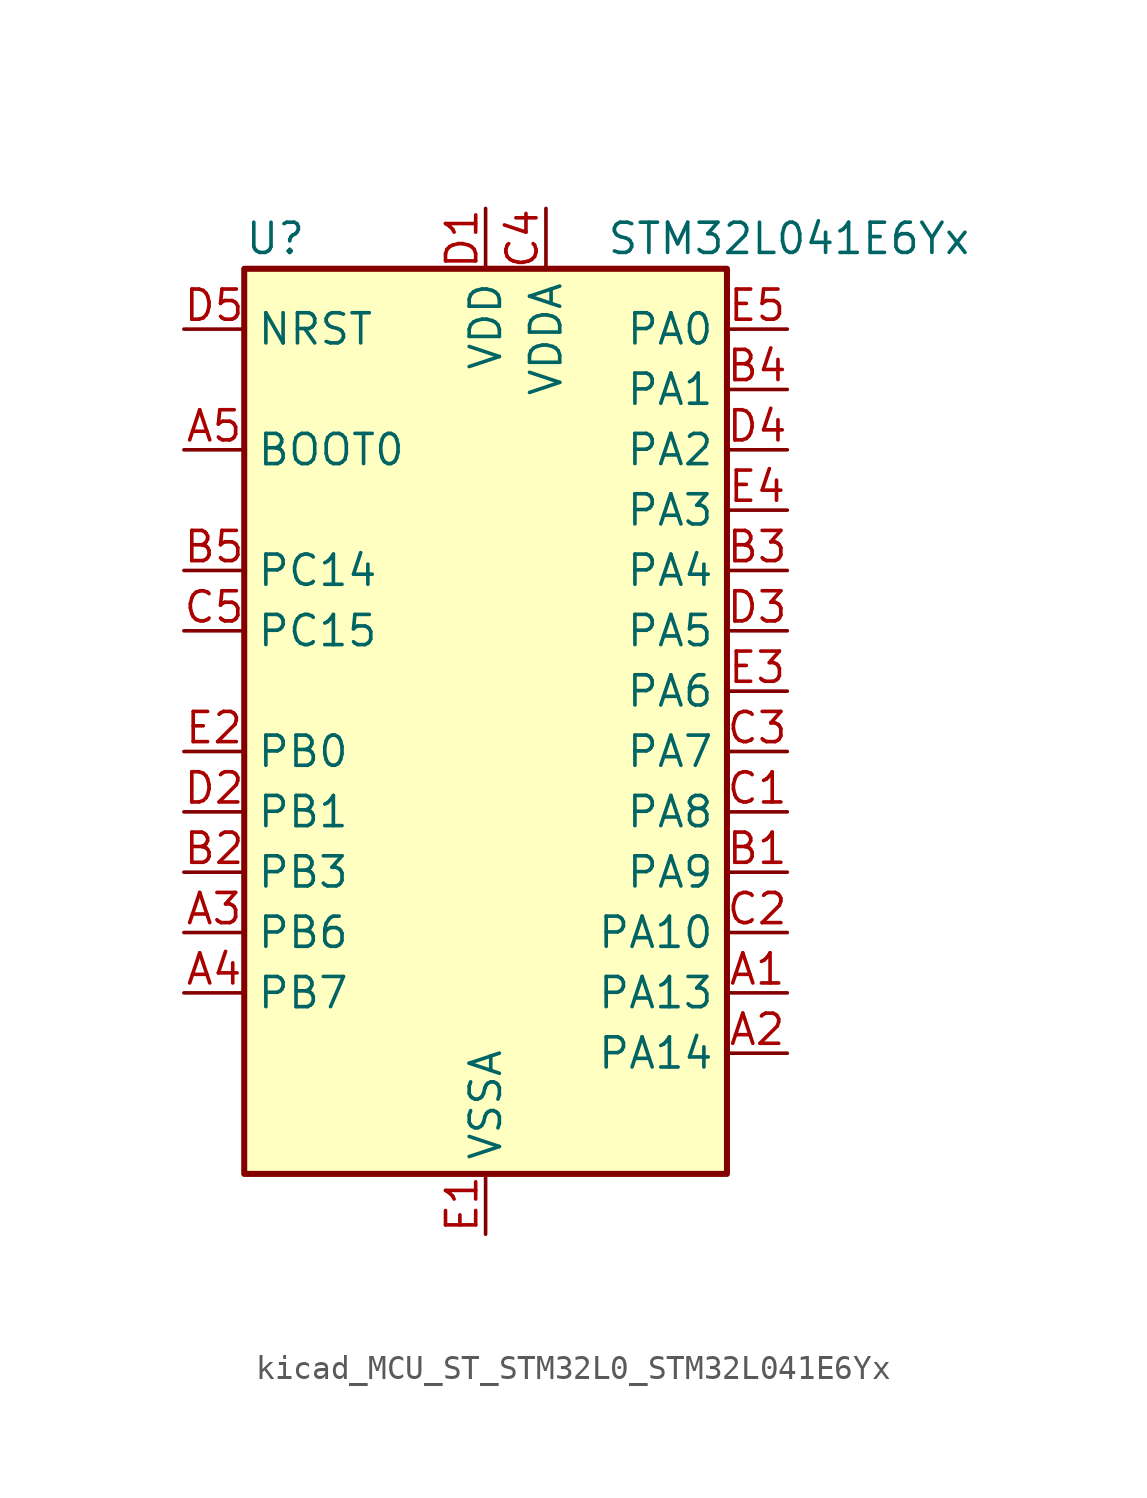
<source format=kicad_sym>
(kicad_symbol_lib
  (version 20220914)
  (generator kicad_symbol_editor)
  (symbol "kicad_MCU_ST_STM32L0_STM32L041E6Yx"
    (property "Reference" "U"
      (at -10.16 21.59 0)
      (effects (font (size 1.27 1.27)) (justify left)))
    (property "Value" "STM32L041E6Yx"
      (at 5.08 21.59 0)
      (effects (font (size 1.27 1.27)) (justify left)))
    (property "ki_locked" ""
      (at 0 0 0)
      (effects (font (size 1.27 1.27))))
    (symbol "kicad_MCU_ST_STM32L0_STM32L041E6Yx_0_1"
      (rectangle (start -10.16 -17.78) (end 10.16 20.32) (stroke (width 0.254) (type default)) (fill (type background))))
    (symbol "kicad_MCU_ST_STM32L0_STM32L041E6Yx_1_1"
      (pin bidirectional line (at 12.7 -10.16 180) (length 2.54) (name "PA13" (effects (font (size 1.27 1.27)))) (number "A1" (effects (font (size 1.27 1.27)))) (alternate "LPTIM1_ETR" bidirectional line) (alternate "LPUART1_RX" bidirectional line) (alternate "SYS_SWDIO" bidirectional line))
      (pin bidirectional line (at 12.7 -12.7 180) (length 2.54) (name "PA14" (effects (font (size 1.27 1.27)))) (number "A2" (effects (font (size 1.27 1.27)))) (alternate "I2C1_SMBA" bidirectional line) (alternate "LPTIM1_OUT" bidirectional line) (alternate "LPUART1_TX" bidirectional line) (alternate "SYS_SWCLK" bidirectional line) (alternate "USART2_TX" bidirectional line))
      (pin bidirectional line (at -12.7 -7.62 0) (length 2.54) (name "PB6" (effects (font (size 1.27 1.27)))) (number "A3" (effects (font (size 1.27 1.27)))) (alternate "COMP2_INP" bidirectional line) (alternate "I2C1_SCL" bidirectional line) (alternate "LPTIM1_ETR" bidirectional line) (alternate "TIM21_CH1" bidirectional line) (alternate "USART2_TX" bidirectional line))
      (pin bidirectional line (at -12.7 -10.16 0) (length 2.54) (name "PB7" (effects (font (size 1.27 1.27)))) (number "A4" (effects (font (size 1.27 1.27)))) (alternate "COMP2_INP" bidirectional line) (alternate "I2C1_SDA" bidirectional line) (alternate "LPTIM1_IN2" bidirectional line) (alternate "SYS_PVD_IN" bidirectional line) (alternate "USART2_RX" bidirectional line))
      (pin input line (at -12.7 12.7 0) (length 2.54) (name "BOOT0" (effects (font (size 1.27 1.27)))) (number "A5" (effects (font (size 1.27 1.27)))))
      (pin bidirectional line (at 12.7 -5.08 180) (length 2.54) (name "PA9" (effects (font (size 1.27 1.27)))) (number "B1" (effects (font (size 1.27 1.27)))) (alternate "I2C1_SCL" bidirectional line) (alternate "RCC_MCO" bidirectional line) (alternate "TIM22_CH1" bidirectional line) (alternate "USART2_TX" bidirectional line))
      (pin bidirectional line (at -12.7 -5.08 0) (length 2.54) (name "PB3" (effects (font (size 1.27 1.27)))) (number "B2" (effects (font (size 1.27 1.27)))) (alternate "COMP2_INM" bidirectional line) (alternate "SPI1_SCK" bidirectional line) (alternate "TIM2_CH2" bidirectional line))
      (pin bidirectional line (at 12.7 7.62 180) (length 2.54) (name "PA4" (effects (font (size 1.27 1.27)))) (number "B3" (effects (font (size 1.27 1.27)))) (alternate "ADC_IN4" bidirectional line) (alternate "COMP1_INM" bidirectional line) (alternate "COMP2_INM" bidirectional line) (alternate "LPTIM1_IN1" bidirectional line) (alternate "SPI1_NSS" bidirectional line) (alternate "TIM22_ETR" bidirectional line) (alternate "USART2_CK" bidirectional line))
      (pin bidirectional line (at 12.7 15.24 180) (length 2.54) (name "PA1" (effects (font (size 1.27 1.27)))) (number "B4" (effects (font (size 1.27 1.27)))) (alternate "ADC_IN1" bidirectional line) (alternate "COMP1_INP" bidirectional line) (alternate "I2C1_SMBA" bidirectional line) (alternate "LPTIM1_IN2" bidirectional line) (alternate "TIM21_ETR" bidirectional line) (alternate "TIM2_CH2" bidirectional line) (alternate "USART2_DE" bidirectional line) (alternate "USART2_RTS" bidirectional line))
      (pin bidirectional line (at -12.7 7.62 0) (length 2.54) (name "PC14" (effects (font (size 1.27 1.27)))) (number "B5" (effects (font (size 1.27 1.27)))) (alternate "RCC_OSC32_IN" bidirectional line))
      (pin bidirectional line (at 12.7 -2.54 180) (length 2.54) (name "PA8" (effects (font (size 1.27 1.27)))) (number "C1" (effects (font (size 1.27 1.27)))) (alternate "LPTIM1_IN1" bidirectional line) (alternate "RCC_MCO" bidirectional line) (alternate "TIM2_CH1" bidirectional line) (alternate "USART2_CK" bidirectional line))
      (pin bidirectional line (at 12.7 -7.62 180) (length 2.54) (name "PA10" (effects (font (size 1.27 1.27)))) (number "C2" (effects (font (size 1.27 1.27)))) (alternate "I2C1_SDA" bidirectional line) (alternate "TIM22_CH2" bidirectional line) (alternate "USART2_RX" bidirectional line))
      (pin bidirectional line (at 12.7 0 180) (length 2.54) (name "PA7" (effects (font (size 1.27 1.27)))) (number "C3" (effects (font (size 1.27 1.27)))) (alternate "ADC_IN7" bidirectional line) (alternate "COMP2_OUT" bidirectional line) (alternate "LPTIM1_OUT" bidirectional line) (alternate "SPI1_MOSI" bidirectional line) (alternate "TIM22_CH2" bidirectional line) (alternate "USART2_CTS" bidirectional line))
      (pin power_in line (at 2.54 22.86 270) (length 2.54) (name "VDDA" (effects (font (size 1.27 1.27)))) (number "C4" (effects (font (size 1.27 1.27)))))
      (pin bidirectional line (at -12.7 5.08 0) (length 2.54) (name "PC15" (effects (font (size 1.27 1.27)))) (number "C5" (effects (font (size 1.27 1.27)))) (alternate "RCC_OSC32_OUT" bidirectional line))
      (pin power_in line (at 0 22.86 270) (length 2.54) (name "VDD" (effects (font (size 1.27 1.27)))) (number "D1" (effects (font (size 1.27 1.27)))))
      (pin bidirectional line (at -12.7 -2.54 0) (length 2.54) (name "PB1" (effects (font (size 1.27 1.27)))) (number "D2" (effects (font (size 1.27 1.27)))) (alternate "ADC_IN9" bidirectional line) (alternate "LPUART1_DE" bidirectional line) (alternate "LPUART1_RTS" bidirectional line) (alternate "SPI1_MOSI" bidirectional line) (alternate "SYS_VREF_OUT_PB1" bidirectional line) (alternate "TIM2_CH4" bidirectional line) (alternate "USART2_CK" bidirectional line))
      (pin bidirectional line (at 12.7 5.08 180) (length 2.54) (name "PA5" (effects (font (size 1.27 1.27)))) (number "D3" (effects (font (size 1.27 1.27)))) (alternate "ADC_IN5" bidirectional line) (alternate "COMP1_INM" bidirectional line) (alternate "COMP2_INM" bidirectional line) (alternate "LPTIM1_IN2" bidirectional line) (alternate "SPI1_SCK" bidirectional line) (alternate "TIM2_CH1" bidirectional line) (alternate "TIM2_ETR" bidirectional line))
      (pin bidirectional line (at 12.7 12.7 180) (length 2.54) (name "PA2" (effects (font (size 1.27 1.27)))) (number "D4" (effects (font (size 1.27 1.27)))) (alternate "ADC_IN2" bidirectional line) (alternate "COMP2_INM" bidirectional line) (alternate "COMP2_OUT" bidirectional line) (alternate "LPUART1_TX" bidirectional line) (alternate "RTC_OUT_ALARM" bidirectional line) (alternate "RTC_OUT_CALIB" bidirectional line) (alternate "RTC_TAMP3" bidirectional line) (alternate "RTC_TS" bidirectional line) (alternate "SYS_WKUP3" bidirectional line) (alternate "TIM21_CH1" bidirectional line) (alternate "TIM2_CH3" bidirectional line) (alternate "USART2_TX" bidirectional line))
      (pin input line (at -12.7 17.78 0) (length 2.54) (name "NRST" (effects (font (size 1.27 1.27)))) (number "D5" (effects (font (size 1.27 1.27)))))
      (pin power_in line (at 0 -20.32 90) (length 2.54) (name "VSSA" (effects (font (size 1.27 1.27)))) (number "E1" (effects (font (size 1.27 1.27)))))
      (pin bidirectional line (at -12.7 0 0) (length 2.54) (name "PB0" (effects (font (size 1.27 1.27)))) (number "E2" (effects (font (size 1.27 1.27)))) (alternate "ADC_IN8" bidirectional line) (alternate "SPI1_MISO" bidirectional line) (alternate "SYS_VREF_OUT_PB0" bidirectional line) (alternate "TIM2_CH3" bidirectional line) (alternate "USART2_DE" bidirectional line) (alternate "USART2_RTS" bidirectional line))
      (pin bidirectional line (at 12.7 2.54 180) (length 2.54) (name "PA6" (effects (font (size 1.27 1.27)))) (number "E3" (effects (font (size 1.27 1.27)))) (alternate "ADC_IN6" bidirectional line) (alternate "COMP1_OUT" bidirectional line) (alternate "LPTIM1_ETR" bidirectional line) (alternate "LPUART1_CTS" bidirectional line) (alternate "SPI1_MISO" bidirectional line) (alternate "TIM22_CH1" bidirectional line))
      (pin bidirectional line (at 12.7 10.16 180) (length 2.54) (name "PA3" (effects (font (size 1.27 1.27)))) (number "E4" (effects (font (size 1.27 1.27)))) (alternate "ADC_IN3" bidirectional line) (alternate "COMP2_INP" bidirectional line) (alternate "LPUART1_RX" bidirectional line) (alternate "TIM21_CH2" bidirectional line) (alternate "TIM2_CH4" bidirectional line) (alternate "USART2_RX" bidirectional line))
      (pin bidirectional line (at 12.7 17.78 180) (length 2.54) (name "PA0" (effects (font (size 1.27 1.27)))) (number "E5" (effects (font (size 1.27 1.27)))) (alternate "ADC_IN0" bidirectional line) (alternate "COMP1_INM" bidirectional line) (alternate "COMP1_OUT" bidirectional line) (alternate "LPTIM1_IN1" bidirectional line) (alternate "RCC_CK_IN" bidirectional line) (alternate "RTC_TAMP2" bidirectional line) (alternate "SYS_WKUP1" bidirectional line) (alternate "TIM2_CH1" bidirectional line) (alternate "TIM2_ETR" bidirectional line) (alternate "USART2_CTS" bidirectional line)))))
</source>
